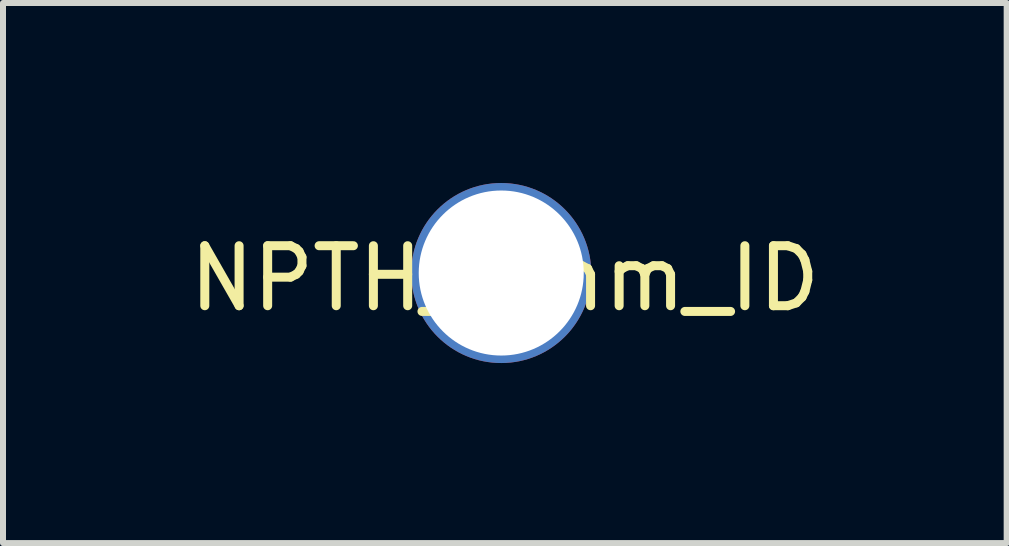
<source format=kicad_pcb>
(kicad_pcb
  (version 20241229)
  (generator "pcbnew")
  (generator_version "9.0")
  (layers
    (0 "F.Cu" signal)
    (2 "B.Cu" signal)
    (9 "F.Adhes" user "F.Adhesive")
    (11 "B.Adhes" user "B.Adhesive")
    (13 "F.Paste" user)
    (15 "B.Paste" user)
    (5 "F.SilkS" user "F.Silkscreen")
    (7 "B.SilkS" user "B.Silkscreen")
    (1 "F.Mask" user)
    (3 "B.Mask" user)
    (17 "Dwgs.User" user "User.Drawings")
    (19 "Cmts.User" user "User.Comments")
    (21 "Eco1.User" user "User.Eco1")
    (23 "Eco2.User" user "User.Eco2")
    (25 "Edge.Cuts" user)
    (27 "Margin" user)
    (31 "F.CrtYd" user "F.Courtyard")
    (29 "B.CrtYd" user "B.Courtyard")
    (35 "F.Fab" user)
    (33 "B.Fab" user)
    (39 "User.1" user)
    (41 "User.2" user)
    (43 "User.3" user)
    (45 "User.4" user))
  (footprint "NPTH_3mm_ID"
    (layer "F.Cu")
    (at 5.303 1.5)
    (property "Reference" "NPTH_3mm_ID" (at 0.06 0.09 0) (layer "F.SilkS") (effects (font (size 1 1) (thickness 0.15))))
    (attr through_hole)
    (pad "" np_thru_hole circle (at 0 0) (size 3 3) (drill 2.75) (layers "*.Cu" "*.Mask")))
  (gr_rect
    (start -3 -3)
    (end 13.726 6)
    (stroke (width 0.1) (type default))
    (fill no)
    (layer "Edge.Cuts")))
</source>
